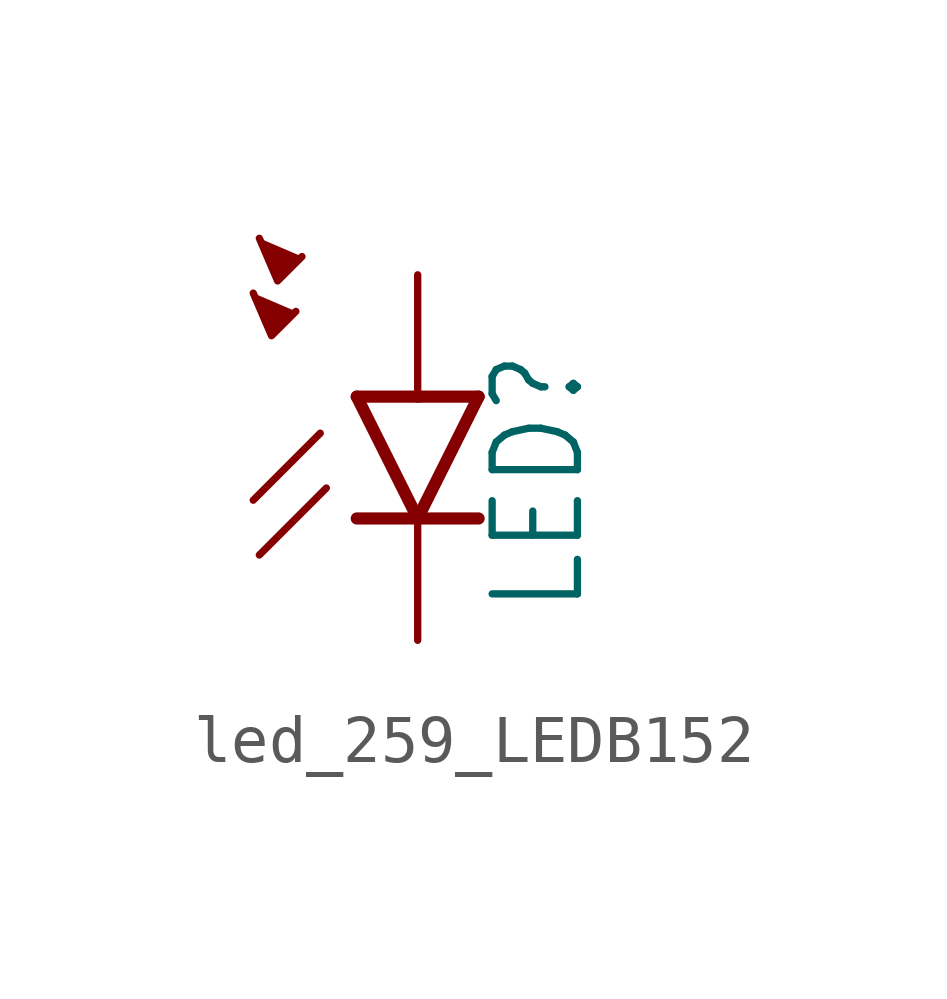
<source format=kicad_sym>
(kicad_symbol_lib
  (version 20241209)
  (generator "kicad_symbol_editor")
  (generator_version "9.0")
  (symbol "led_259_LEDB152"
    (property "Reference" "LED"
      (at 3.556 -4.572 90)
      (effects (font (size 1.778 1.511)) (justify left bottom)))
    (property "Value" ""
      (at 5.715 -4.572 90)
      (effects (font (size 1.778 1.511)) (justify left bottom)))
    (property "ki_locked" ""
      (at 0 0 0)
      (effects (font (size 1.27 1.27))))
    (symbol "led_259_LEDB152_1_0"
      (polyline (pts (xy -3.429 2.159) (xy -3.048 1.27) (xy -2.54 1.778)) (stroke (width 0.152) (type solid)) (fill (type outline)))
      (polyline (pts (xy -3.302 3.302) (xy -2.921 2.413) (xy -2.413 2.921)) (stroke (width 0.152) (type solid)) (fill (type outline)))
      (polyline (pts (xy -2.032 -0.762) (xy -3.429 -2.159)) (stroke (width 0.152) (type solid)) (fill (type none)))
      (polyline (pts (xy -1.905 -1.905) (xy -3.302 -3.302)) (stroke (width 0.152) (type solid)) (fill (type none)))
      (polyline (pts (xy 0 0) (xy -1.27 0)) (stroke (width 0.254) (type solid)) (fill (type none)))
      (polyline (pts (xy 0 -2.54) (xy -1.27 0)) (stroke (width 0.254) (type solid)) (fill (type none)))
      (polyline (pts (xy 0 -2.54) (xy -1.27 -2.54)) (stroke (width 0.254) (type solid)) (fill (type none)))
      (polyline (pts (xy 1.27 0) (xy 0 0)) (stroke (width 0.254) (type solid)) (fill (type none)))
      (polyline (pts (xy 1.27 0) (xy 0 -2.54)) (stroke (width 0.254) (type solid)) (fill (type none)))
      (polyline (pts (xy 1.27 -2.54) (xy 0 -2.54)) (stroke (width 0.254) (type solid)) (fill (type none)))
      (pin passive line (at 0 2.54 270) (length 2.54) (name "A" (effects (font (size 0 0)))) (number "A" (effects (font (size 0 0)))))
      (pin passive line (at 0 -5.08 90) (length 2.54) (name "C" (effects (font (size 0 0)))) (number "K" (effects (font (size 0 0))))))))
</source>
